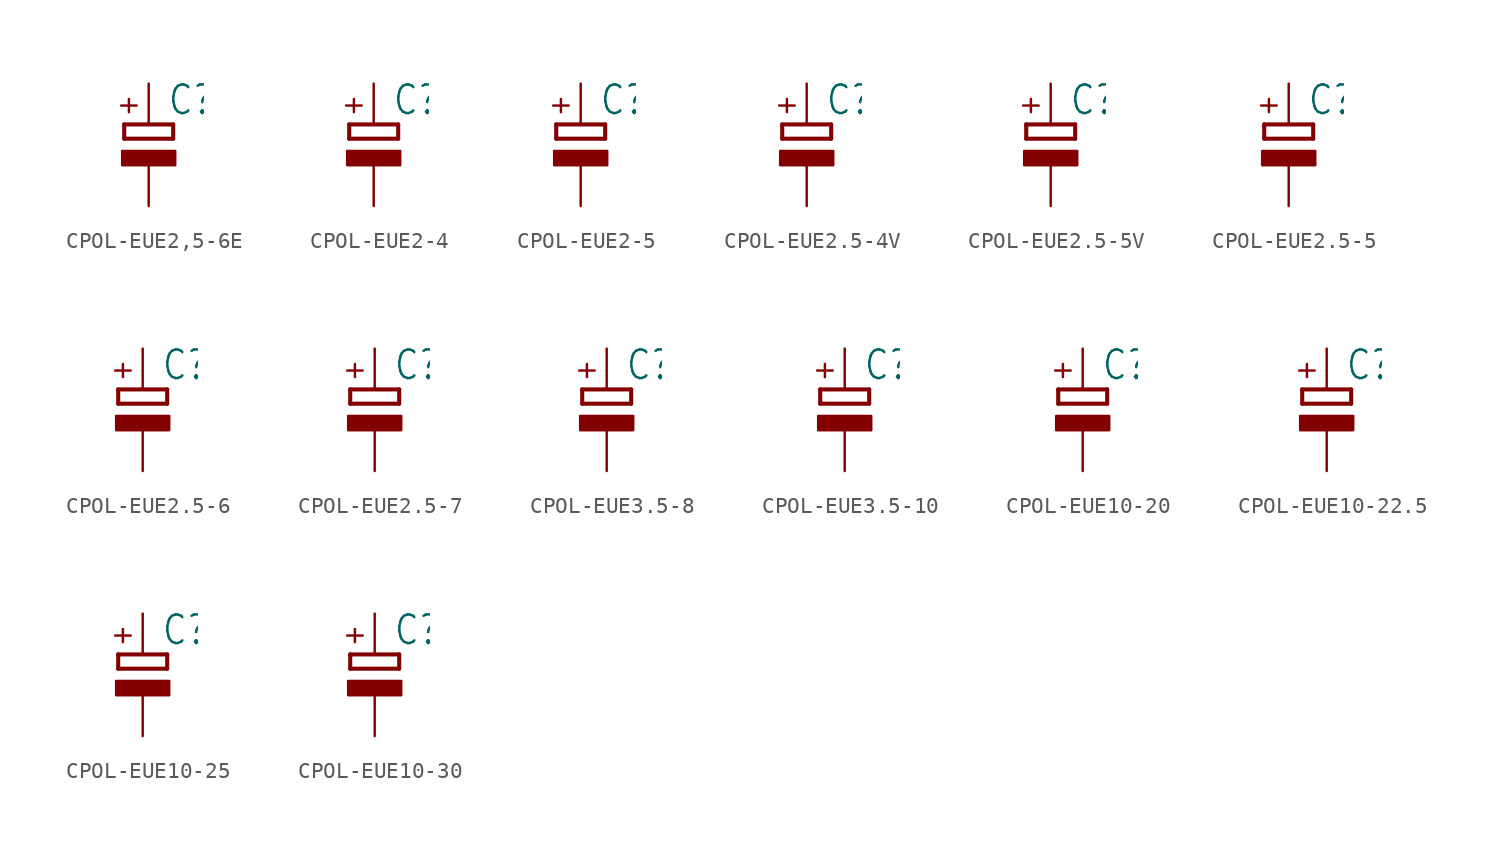
<source format=kicad_sym>
(kicad_symbol_lib
  (version 20241209)
  (generator "kicad_symbol_editor")
  (generator_version "9.0")
  (symbol "CPOL-EUE2,5-6E"
    (property "Reference" "C"
      (at 1.143 0.483 0)
      (effects (font (size 1.778 1.511)) (justify left bottom)))
    (property "Value" ""
      (at 1.143 -4.597 0)
      (effects (font (size 1.778 1.511)) (justify left bottom)))
    (property "ki_locked" ""
      (at 0 0 0)
      (effects (font (size 1.27 1.27))))
    (symbol "CPOL-EUE2,5-6E_1_0"
      (rectangle (start -1.651 -2.54) (end 1.651 -1.651) (stroke (width 0) (type default)) (fill (type outline)))
      (polyline (pts (xy -1.524 0) (xy -1.524 -0.889)) (stroke (width 0.254) (type solid)) (fill (type none)))
      (polyline (pts (xy -1.524 0) (xy 1.524 0)) (stroke (width 0.254) (type solid)) (fill (type none)))
      (polyline (pts (xy -1.524 -0.889) (xy 1.524 -0.889)) (stroke (width 0.254) (type solid)) (fill (type none)))
      (polyline (pts (xy 1.524 -0.889) (xy 1.524 0)) (stroke (width 0.254) (type solid)) (fill (type none)))
      (text "+" (at -0.584 0.406 900) (effects (font (size 1.27 1.079)) (justify left bottom)))
      (pin passive line (at 0 2.54 270) (length 2.54) (name "+" (effects (font (size 0 0)))) (number "+" (effects (font (size 0 0)))))
      (pin passive line (at 0 -5.08 90) (length 2.54) (name "-" (effects (font (size 0 0)))) (number "-" (effects (font (size 0 0)))))))
  (symbol "CPOL-EUE2-4"
    (property "Reference" "C"
      (at 1.143 0.483 0)
      (effects (font (size 1.778 1.511)) (justify left bottom)))
    (property "Value" ""
      (at 1.143 -4.597 0)
      (effects (font (size 1.778 1.511)) (justify left bottom)))
    (property "ki_locked" ""
      (at 0 0 0)
      (effects (font (size 1.27 1.27))))
    (symbol "CPOL-EUE2-4_1_0"
      (rectangle (start -1.651 -2.54) (end 1.651 -1.651) (stroke (width 0) (type default)) (fill (type outline)))
      (polyline (pts (xy -1.524 0) (xy -1.524 -0.889)) (stroke (width 0.254) (type solid)) (fill (type none)))
      (polyline (pts (xy -1.524 0) (xy 1.524 0)) (stroke (width 0.254) (type solid)) (fill (type none)))
      (polyline (pts (xy -1.524 -0.889) (xy 1.524 -0.889)) (stroke (width 0.254) (type solid)) (fill (type none)))
      (polyline (pts (xy 1.524 -0.889) (xy 1.524 0)) (stroke (width 0.254) (type solid)) (fill (type none)))
      (text "+" (at -0.584 0.406 900) (effects (font (size 1.27 1.079)) (justify left bottom)))
      (pin passive line (at 0 2.54 270) (length 2.54) (name "+" (effects (font (size 0 0)))) (number "+" (effects (font (size 0 0)))))
      (pin passive line (at 0 -5.08 90) (length 2.54) (name "-" (effects (font (size 0 0)))) (number "-" (effects (font (size 0 0)))))))
  (symbol "CPOL-EUE2-5"
    (property "Reference" "C"
      (at 1.143 0.483 0)
      (effects (font (size 1.778 1.511)) (justify left bottom)))
    (property "Value" ""
      (at 1.143 -4.597 0)
      (effects (font (size 1.778 1.511)) (justify left bottom)))
    (property "ki_locked" ""
      (at 0 0 0)
      (effects (font (size 1.27 1.27))))
    (symbol "CPOL-EUE2-5_1_0"
      (rectangle (start -1.651 -2.54) (end 1.651 -1.651) (stroke (width 0) (type default)) (fill (type outline)))
      (polyline (pts (xy -1.524 0) (xy -1.524 -0.889)) (stroke (width 0.254) (type solid)) (fill (type none)))
      (polyline (pts (xy -1.524 0) (xy 1.524 0)) (stroke (width 0.254) (type solid)) (fill (type none)))
      (polyline (pts (xy -1.524 -0.889) (xy 1.524 -0.889)) (stroke (width 0.254) (type solid)) (fill (type none)))
      (polyline (pts (xy 1.524 -0.889) (xy 1.524 0)) (stroke (width 0.254) (type solid)) (fill (type none)))
      (text "+" (at -0.584 0.406 900) (effects (font (size 1.27 1.079)) (justify left bottom)))
      (pin passive line (at 0 2.54 270) (length 2.54) (name "+" (effects (font (size 0 0)))) (number "+" (effects (font (size 0 0)))))
      (pin passive line (at 0 -5.08 90) (length 2.54) (name "-" (effects (font (size 0 0)))) (number "-" (effects (font (size 0 0)))))))
  (symbol "CPOL-EUE2.5-4V"
    (property "Reference" "C"
      (at 1.143 0.483 0)
      (effects (font (size 1.778 1.511)) (justify left bottom)))
    (property "Value" ""
      (at 1.143 -4.597 0)
      (effects (font (size 1.778 1.511)) (justify left bottom)))
    (property "ki_locked" ""
      (at 0 0 0)
      (effects (font (size 1.27 1.27))))
    (symbol "CPOL-EUE2.5-4V_1_0"
      (rectangle (start -1.651 -2.54) (end 1.651 -1.651) (stroke (width 0) (type default)) (fill (type outline)))
      (polyline (pts (xy -1.524 0) (xy -1.524 -0.889)) (stroke (width 0.254) (type solid)) (fill (type none)))
      (polyline (pts (xy -1.524 0) (xy 1.524 0)) (stroke (width 0.254) (type solid)) (fill (type none)))
      (polyline (pts (xy -1.524 -0.889) (xy 1.524 -0.889)) (stroke (width 0.254) (type solid)) (fill (type none)))
      (polyline (pts (xy 1.524 -0.889) (xy 1.524 0)) (stroke (width 0.254) (type solid)) (fill (type none)))
      (text "+" (at -0.584 0.406 900) (effects (font (size 1.27 1.079)) (justify left bottom)))
      (pin passive line (at 0 2.54 270) (length 2.54) (name "+" (effects (font (size 0 0)))) (number "+" (effects (font (size 0 0)))))
      (pin passive line (at 0 -5.08 90) (length 2.54) (name "-" (effects (font (size 0 0)))) (number "-" (effects (font (size 0 0)))))))
  (symbol "CPOL-EUE2.5-5V"
    (property "Reference" "C"
      (at 1.143 0.483 0)
      (effects (font (size 1.778 1.511)) (justify left bottom)))
    (property "Value" ""
      (at 1.143 -4.597 0)
      (effects (font (size 1.778 1.511)) (justify left bottom)))
    (property "ki_locked" ""
      (at 0 0 0)
      (effects (font (size 1.27 1.27))))
    (symbol "CPOL-EUE2.5-5V_1_0"
      (rectangle (start -1.651 -2.54) (end 1.651 -1.651) (stroke (width 0) (type default)) (fill (type outline)))
      (polyline (pts (xy -1.524 0) (xy -1.524 -0.889)) (stroke (width 0.254) (type solid)) (fill (type none)))
      (polyline (pts (xy -1.524 0) (xy 1.524 0)) (stroke (width 0.254) (type solid)) (fill (type none)))
      (polyline (pts (xy -1.524 -0.889) (xy 1.524 -0.889)) (stroke (width 0.254) (type solid)) (fill (type none)))
      (polyline (pts (xy 1.524 -0.889) (xy 1.524 0)) (stroke (width 0.254) (type solid)) (fill (type none)))
      (text "+" (at -0.584 0.406 900) (effects (font (size 1.27 1.079)) (justify left bottom)))
      (pin passive line (at 0 2.54 270) (length 2.54) (name "+" (effects (font (size 0 0)))) (number "+" (effects (font (size 0 0)))))
      (pin passive line (at 0 -5.08 90) (length 2.54) (name "-" (effects (font (size 0 0)))) (number "-" (effects (font (size 0 0)))))))
  (symbol "CPOL-EUE2.5-5"
    (property "Reference" "C"
      (at 1.143 0.483 0)
      (effects (font (size 1.778 1.511)) (justify left bottom)))
    (property "Value" ""
      (at 1.143 -4.597 0)
      (effects (font (size 1.778 1.511)) (justify left bottom)))
    (property "ki_locked" ""
      (at 0 0 0)
      (effects (font (size 1.27 1.27))))
    (symbol "CPOL-EUE2.5-5_1_0"
      (rectangle (start -1.651 -2.54) (end 1.651 -1.651) (stroke (width 0) (type default)) (fill (type outline)))
      (polyline (pts (xy -1.524 0) (xy -1.524 -0.889)) (stroke (width 0.254) (type solid)) (fill (type none)))
      (polyline (pts (xy -1.524 0) (xy 1.524 0)) (stroke (width 0.254) (type solid)) (fill (type none)))
      (polyline (pts (xy -1.524 -0.889) (xy 1.524 -0.889)) (stroke (width 0.254) (type solid)) (fill (type none)))
      (polyline (pts (xy 1.524 -0.889) (xy 1.524 0)) (stroke (width 0.254) (type solid)) (fill (type none)))
      (text "+" (at -0.584 0.406 900) (effects (font (size 1.27 1.079)) (justify left bottom)))
      (pin passive line (at 0 2.54 270) (length 2.54) (name "+" (effects (font (size 0 0)))) (number "+" (effects (font (size 0 0)))))
      (pin passive line (at 0 -5.08 90) (length 2.54) (name "-" (effects (font (size 0 0)))) (number "-" (effects (font (size 0 0)))))))
  (symbol "CPOL-EUE2.5-6"
    (property "Reference" "C"
      (at 1.143 0.483 0)
      (effects (font (size 1.778 1.511)) (justify left bottom)))
    (property "Value" ""
      (at 1.143 -4.597 0)
      (effects (font (size 1.778 1.511)) (justify left bottom)))
    (property "ki_locked" ""
      (at 0 0 0)
      (effects (font (size 1.27 1.27))))
    (symbol "CPOL-EUE2.5-6_1_0"
      (rectangle (start -1.651 -2.54) (end 1.651 -1.651) (stroke (width 0) (type default)) (fill (type outline)))
      (polyline (pts (xy -1.524 0) (xy -1.524 -0.889)) (stroke (width 0.254) (type solid)) (fill (type none)))
      (polyline (pts (xy -1.524 0) (xy 1.524 0)) (stroke (width 0.254) (type solid)) (fill (type none)))
      (polyline (pts (xy -1.524 -0.889) (xy 1.524 -0.889)) (stroke (width 0.254) (type solid)) (fill (type none)))
      (polyline (pts (xy 1.524 -0.889) (xy 1.524 0)) (stroke (width 0.254) (type solid)) (fill (type none)))
      (text "+" (at -0.584 0.406 900) (effects (font (size 1.27 1.079)) (justify left bottom)))
      (pin passive line (at 0 2.54 270) (length 2.54) (name "+" (effects (font (size 0 0)))) (number "+" (effects (font (size 0 0)))))
      (pin passive line (at 0 -5.08 90) (length 2.54) (name "-" (effects (font (size 0 0)))) (number "-" (effects (font (size 0 0)))))))
  (symbol "CPOL-EUE2.5-7"
    (property "Reference" "C"
      (at 1.143 0.483 0)
      (effects (font (size 1.778 1.511)) (justify left bottom)))
    (property "Value" ""
      (at 1.143 -4.597 0)
      (effects (font (size 1.778 1.511)) (justify left bottom)))
    (property "ki_locked" ""
      (at 0 0 0)
      (effects (font (size 1.27 1.27))))
    (symbol "CPOL-EUE2.5-7_1_0"
      (rectangle (start -1.651 -2.54) (end 1.651 -1.651) (stroke (width 0) (type default)) (fill (type outline)))
      (polyline (pts (xy -1.524 0) (xy -1.524 -0.889)) (stroke (width 0.254) (type solid)) (fill (type none)))
      (polyline (pts (xy -1.524 0) (xy 1.524 0)) (stroke (width 0.254) (type solid)) (fill (type none)))
      (polyline (pts (xy -1.524 -0.889) (xy 1.524 -0.889)) (stroke (width 0.254) (type solid)) (fill (type none)))
      (polyline (pts (xy 1.524 -0.889) (xy 1.524 0)) (stroke (width 0.254) (type solid)) (fill (type none)))
      (text "+" (at -0.584 0.406 900) (effects (font (size 1.27 1.079)) (justify left bottom)))
      (pin passive line (at 0 2.54 270) (length 2.54) (name "+" (effects (font (size 0 0)))) (number "+" (effects (font (size 0 0)))))
      (pin passive line (at 0 -5.08 90) (length 2.54) (name "-" (effects (font (size 0 0)))) (number "-" (effects (font (size 0 0)))))))
  (symbol "CPOL-EUE3.5-8"
    (property "Reference" "C"
      (at 1.143 0.483 0)
      (effects (font (size 1.778 1.511)) (justify left bottom)))
    (property "Value" ""
      (at 1.143 -4.597 0)
      (effects (font (size 1.778 1.511)) (justify left bottom)))
    (property "ki_locked" ""
      (at 0 0 0)
      (effects (font (size 1.27 1.27))))
    (symbol "CPOL-EUE3.5-8_1_0"
      (rectangle (start -1.651 -2.54) (end 1.651 -1.651) (stroke (width 0) (type default)) (fill (type outline)))
      (polyline (pts (xy -1.524 0) (xy -1.524 -0.889)) (stroke (width 0.254) (type solid)) (fill (type none)))
      (polyline (pts (xy -1.524 0) (xy 1.524 0)) (stroke (width 0.254) (type solid)) (fill (type none)))
      (polyline (pts (xy -1.524 -0.889) (xy 1.524 -0.889)) (stroke (width 0.254) (type solid)) (fill (type none)))
      (polyline (pts (xy 1.524 -0.889) (xy 1.524 0)) (stroke (width 0.254) (type solid)) (fill (type none)))
      (text "+" (at -0.584 0.406 900) (effects (font (size 1.27 1.079)) (justify left bottom)))
      (pin passive line (at 0 2.54 270) (length 2.54) (name "+" (effects (font (size 0 0)))) (number "+" (effects (font (size 0 0)))))
      (pin passive line (at 0 -5.08 90) (length 2.54) (name "-" (effects (font (size 0 0)))) (number "-" (effects (font (size 0 0)))))))
  (symbol "CPOL-EUE3.5-10"
    (property "Reference" "C"
      (at 1.143 0.483 0)
      (effects (font (size 1.778 1.511)) (justify left bottom)))
    (property "Value" ""
      (at 1.143 -4.597 0)
      (effects (font (size 1.778 1.511)) (justify left bottom)))
    (property "ki_locked" ""
      (at 0 0 0)
      (effects (font (size 1.27 1.27))))
    (symbol "CPOL-EUE3.5-10_1_0"
      (rectangle (start -1.651 -2.54) (end 1.651 -1.651) (stroke (width 0) (type default)) (fill (type outline)))
      (polyline (pts (xy -1.524 0) (xy -1.524 -0.889)) (stroke (width 0.254) (type solid)) (fill (type none)))
      (polyline (pts (xy -1.524 0) (xy 1.524 0)) (stroke (width 0.254) (type solid)) (fill (type none)))
      (polyline (pts (xy -1.524 -0.889) (xy 1.524 -0.889)) (stroke (width 0.254) (type solid)) (fill (type none)))
      (polyline (pts (xy 1.524 -0.889) (xy 1.524 0)) (stroke (width 0.254) (type solid)) (fill (type none)))
      (text "+" (at -0.584 0.406 900) (effects (font (size 1.27 1.079)) (justify left bottom)))
      (pin passive line (at 0 2.54 270) (length 2.54) (name "+" (effects (font (size 0 0)))) (number "+" (effects (font (size 0 0)))))
      (pin passive line (at 0 -5.08 90) (length 2.54) (name "-" (effects (font (size 0 0)))) (number "-" (effects (font (size 0 0)))))))
  (symbol "CPOL-EUE10-20"
    (property "Reference" "C"
      (at 1.143 0.483 0)
      (effects (font (size 1.778 1.511)) (justify left bottom)))
    (property "Value" ""
      (at 1.143 -4.597 0)
      (effects (font (size 1.778 1.511)) (justify left bottom)))
    (property "ki_locked" ""
      (at 0 0 0)
      (effects (font (size 1.27 1.27))))
    (symbol "CPOL-EUE10-20_1_0"
      (rectangle (start -1.651 -2.54) (end 1.651 -1.651) (stroke (width 0) (type default)) (fill (type outline)))
      (polyline (pts (xy -1.524 0) (xy -1.524 -0.889)) (stroke (width 0.254) (type solid)) (fill (type none)))
      (polyline (pts (xy -1.524 0) (xy 1.524 0)) (stroke (width 0.254) (type solid)) (fill (type none)))
      (polyline (pts (xy -1.524 -0.889) (xy 1.524 -0.889)) (stroke (width 0.254) (type solid)) (fill (type none)))
      (polyline (pts (xy 1.524 -0.889) (xy 1.524 0)) (stroke (width 0.254) (type solid)) (fill (type none)))
      (text "+" (at -0.584 0.406 900) (effects (font (size 1.27 1.079)) (justify left bottom)))
      (pin passive line (at 0 2.54 270) (length 2.54) (name "+" (effects (font (size 0 0)))) (number "+" (effects (font (size 0 0)))))
      (pin passive line (at 0 -5.08 90) (length 2.54) (name "-" (effects (font (size 0 0)))) (number "-" (effects (font (size 0 0)))))))
  (symbol "CPOL-EUE10-22.5"
    (property "Reference" "C"
      (at 1.143 0.483 0)
      (effects (font (size 1.778 1.511)) (justify left bottom)))
    (property "Value" ""
      (at 1.143 -4.597 0)
      (effects (font (size 1.778 1.511)) (justify left bottom)))
    (property "ki_locked" ""
      (at 0 0 0)
      (effects (font (size 1.27 1.27))))
    (symbol "CPOL-EUE10-22.5_1_0"
      (rectangle (start -1.651 -2.54) (end 1.651 -1.651) (stroke (width 0) (type default)) (fill (type outline)))
      (polyline (pts (xy -1.524 0) (xy -1.524 -0.889)) (stroke (width 0.254) (type solid)) (fill (type none)))
      (polyline (pts (xy -1.524 0) (xy 1.524 0)) (stroke (width 0.254) (type solid)) (fill (type none)))
      (polyline (pts (xy -1.524 -0.889) (xy 1.524 -0.889)) (stroke (width 0.254) (type solid)) (fill (type none)))
      (polyline (pts (xy 1.524 -0.889) (xy 1.524 0)) (stroke (width 0.254) (type solid)) (fill (type none)))
      (text "+" (at -0.584 0.406 900) (effects (font (size 1.27 1.079)) (justify left bottom)))
      (pin passive line (at 0 2.54 270) (length 2.54) (name "+" (effects (font (size 0 0)))) (number "+" (effects (font (size 0 0)))))
      (pin passive line (at 0 -5.08 90) (length 2.54) (name "-" (effects (font (size 0 0)))) (number "-" (effects (font (size 0 0)))))))
  (symbol "CPOL-EUE10-25"
    (property "Reference" "C"
      (at 1.143 0.483 0)
      (effects (font (size 1.778 1.511)) (justify left bottom)))
    (property "Value" ""
      (at 1.143 -4.597 0)
      (effects (font (size 1.778 1.511)) (justify left bottom)))
    (property "ki_locked" ""
      (at 0 0 0)
      (effects (font (size 1.27 1.27))))
    (symbol "CPOL-EUE10-25_1_0"
      (rectangle (start -1.651 -2.54) (end 1.651 -1.651) (stroke (width 0) (type default)) (fill (type outline)))
      (polyline (pts (xy -1.524 0) (xy -1.524 -0.889)) (stroke (width 0.254) (type solid)) (fill (type none)))
      (polyline (pts (xy -1.524 0) (xy 1.524 0)) (stroke (width 0.254) (type solid)) (fill (type none)))
      (polyline (pts (xy -1.524 -0.889) (xy 1.524 -0.889)) (stroke (width 0.254) (type solid)) (fill (type none)))
      (polyline (pts (xy 1.524 -0.889) (xy 1.524 0)) (stroke (width 0.254) (type solid)) (fill (type none)))
      (text "+" (at -0.584 0.406 900) (effects (font (size 1.27 1.079)) (justify left bottom)))
      (pin passive line (at 0 2.54 270) (length 2.54) (name "+" (effects (font (size 0 0)))) (number "+" (effects (font (size 0 0)))))
      (pin passive line (at 0 -5.08 90) (length 2.54) (name "-" (effects (font (size 0 0)))) (number "-" (effects (font (size 0 0)))))))
  (symbol "CPOL-EUE10-30"
    (property "Reference" "C"
      (at 1.143 0.483 0)
      (effects (font (size 1.778 1.511)) (justify left bottom)))
    (property "Value" ""
      (at 1.143 -4.597 0)
      (effects (font (size 1.778 1.511)) (justify left bottom)))
    (property "ki_locked" ""
      (at 0 0 0)
      (effects (font (size 1.27 1.27))))
    (symbol "CPOL-EUE10-30_1_0"
      (rectangle (start -1.651 -2.54) (end 1.651 -1.651) (stroke (width 0) (type default)) (fill (type outline)))
      (polyline (pts (xy -1.524 0) (xy -1.524 -0.889)) (stroke (width 0.254) (type solid)) (fill (type none)))
      (polyline (pts (xy -1.524 0) (xy 1.524 0)) (stroke (width 0.254) (type solid)) (fill (type none)))
      (polyline (pts (xy -1.524 -0.889) (xy 1.524 -0.889)) (stroke (width 0.254) (type solid)) (fill (type none)))
      (polyline (pts (xy 1.524 -0.889) (xy 1.524 0)) (stroke (width 0.254) (type solid)) (fill (type none)))
      (text "+" (at -0.584 0.406 900) (effects (font (size 1.27 1.079)) (justify left bottom)))
      (pin passive line (at 0 2.54 270) (length 2.54) (name "+" (effects (font (size 0 0)))) (number "+" (effects (font (size 0 0)))))
      (pin passive line (at 0 -5.08 90) (length 2.54) (name "-" (effects (font (size 0 0)))) (number "-" (effects (font (size 0 0))))))))
</source>
